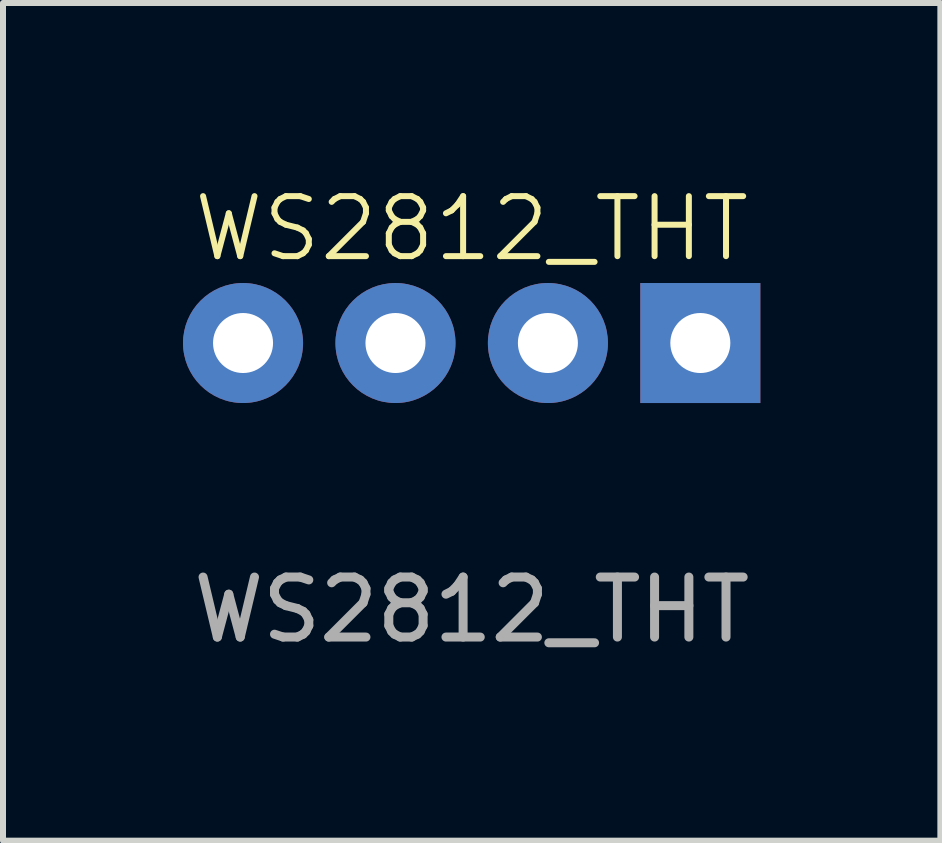
<source format=kicad_pcb>
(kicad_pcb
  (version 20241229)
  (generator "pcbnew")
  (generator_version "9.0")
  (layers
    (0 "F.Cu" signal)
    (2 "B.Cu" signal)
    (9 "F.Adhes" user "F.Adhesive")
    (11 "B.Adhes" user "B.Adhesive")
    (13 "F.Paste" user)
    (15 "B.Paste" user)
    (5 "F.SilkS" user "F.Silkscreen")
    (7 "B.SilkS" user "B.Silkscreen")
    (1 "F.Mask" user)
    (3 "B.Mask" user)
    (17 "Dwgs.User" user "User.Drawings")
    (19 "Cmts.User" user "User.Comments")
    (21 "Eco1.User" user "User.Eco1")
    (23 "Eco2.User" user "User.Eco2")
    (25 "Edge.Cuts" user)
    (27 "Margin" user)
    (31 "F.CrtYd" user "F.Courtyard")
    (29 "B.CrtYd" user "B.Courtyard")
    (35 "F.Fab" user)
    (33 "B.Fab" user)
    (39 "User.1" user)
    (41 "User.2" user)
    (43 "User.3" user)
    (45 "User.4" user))
  (footprint "WS2812_THT"
    (layer "F.Cu")
    (at 4.81 2.666)
    (property "Reference" "WS2812_THT" (at 0 -1.905 0) (unlocked yes) (layer "F.SilkS") (effects (font (size 1 1) (thickness 0.1))))
    (attr smd)
    (fp_text user "${REFERENCE}" (at 0 4.445 0) (unlocked yes) (layer "F.Fab") (effects (font (size 1 1) (thickness 0.15))))
    (pad "1" thru_hole circle (at 1.27 0) (size 2 2) (drill 1) (layers "*.Cu" "*.Mask"))
    (pad "2" thru_hole rect (at 3.81 0) (size 2 2) (drill 1) (layers "*.Cu" "*.Mask"))
    (pad "3" thru_hole circle (at -1.27 0) (size 2 2) (drill 1) (layers "*.Cu" "*.Mask"))
    (pad "4" thru_hole circle (at -3.81 0) (size 2 2) (drill 1) (layers "*.Cu" "*.Mask")))
  (gr_rect
    (start -3 -3)
    (end 12.62 10.959)
    (stroke (width 0.1) (type default))
    (fill no)
    (layer "Edge.Cuts")))
</source>
